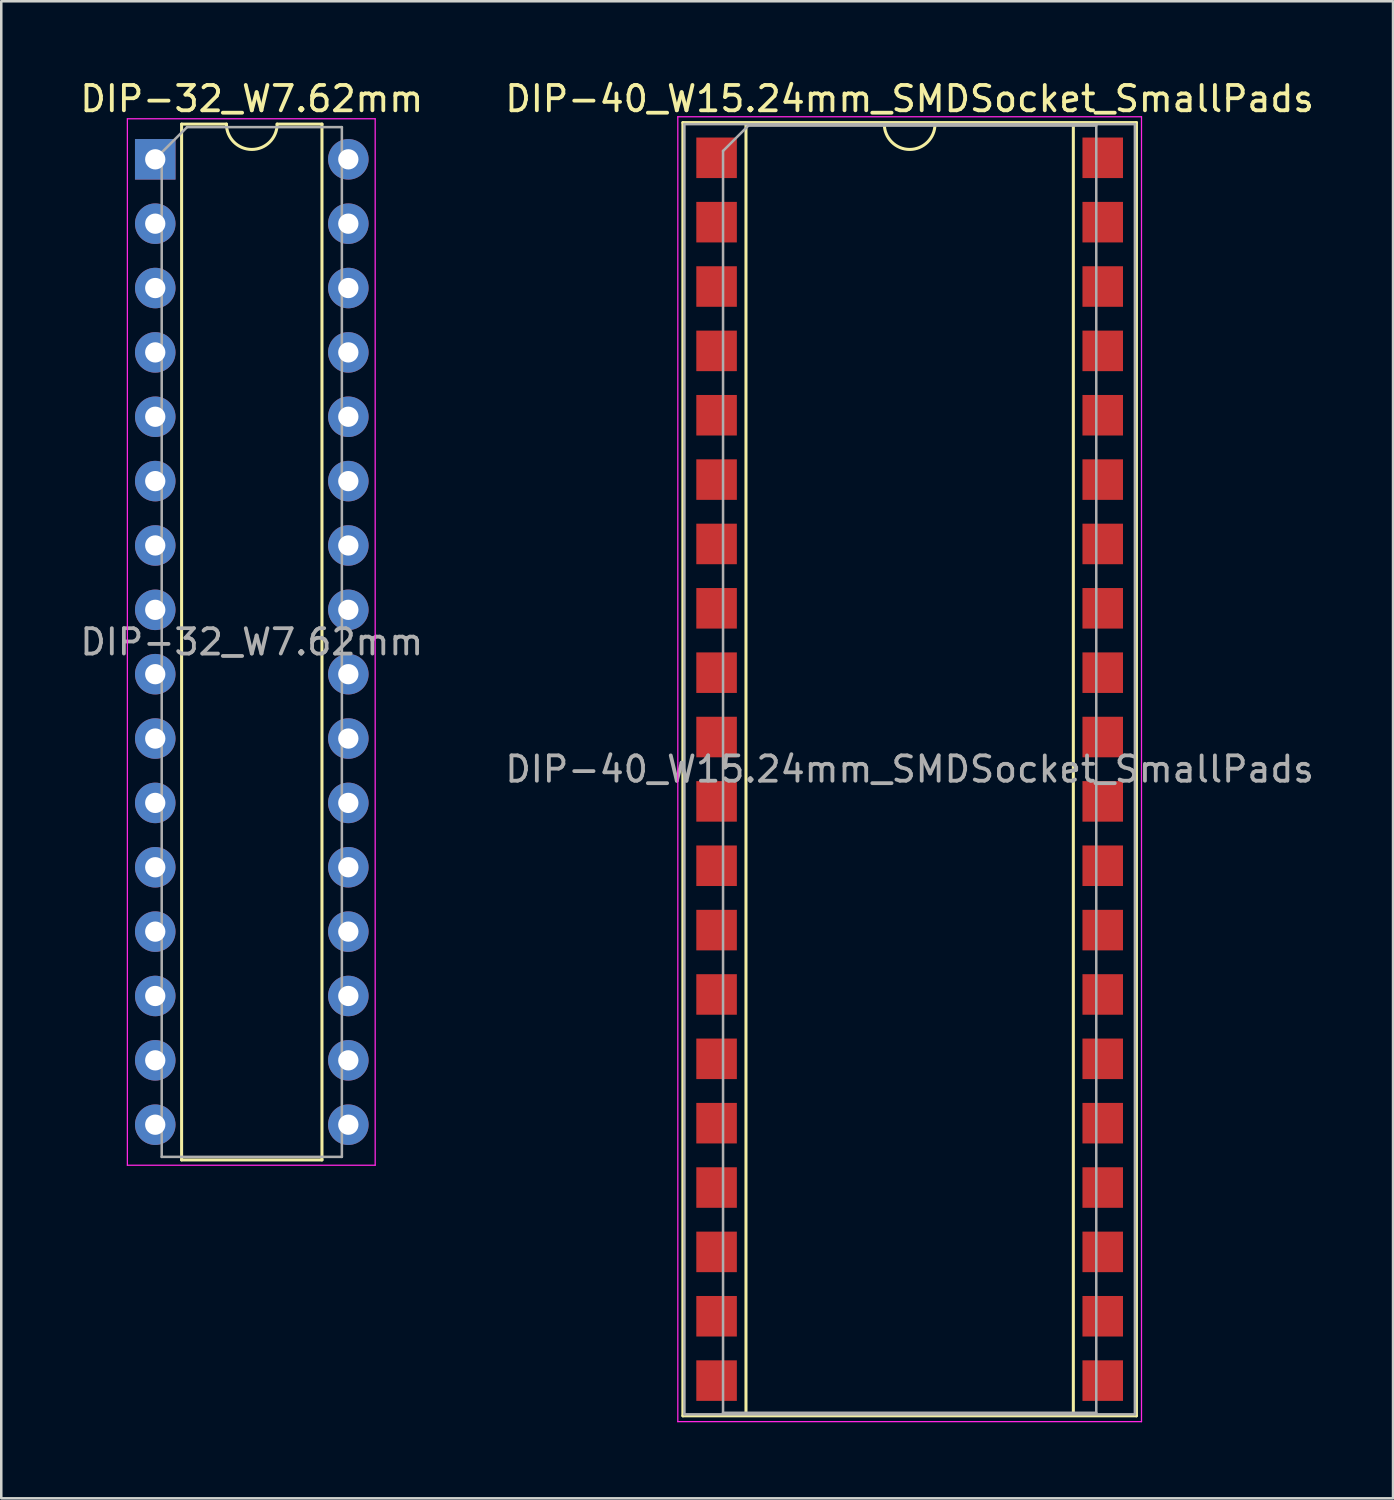
<source format=kicad_pcb>
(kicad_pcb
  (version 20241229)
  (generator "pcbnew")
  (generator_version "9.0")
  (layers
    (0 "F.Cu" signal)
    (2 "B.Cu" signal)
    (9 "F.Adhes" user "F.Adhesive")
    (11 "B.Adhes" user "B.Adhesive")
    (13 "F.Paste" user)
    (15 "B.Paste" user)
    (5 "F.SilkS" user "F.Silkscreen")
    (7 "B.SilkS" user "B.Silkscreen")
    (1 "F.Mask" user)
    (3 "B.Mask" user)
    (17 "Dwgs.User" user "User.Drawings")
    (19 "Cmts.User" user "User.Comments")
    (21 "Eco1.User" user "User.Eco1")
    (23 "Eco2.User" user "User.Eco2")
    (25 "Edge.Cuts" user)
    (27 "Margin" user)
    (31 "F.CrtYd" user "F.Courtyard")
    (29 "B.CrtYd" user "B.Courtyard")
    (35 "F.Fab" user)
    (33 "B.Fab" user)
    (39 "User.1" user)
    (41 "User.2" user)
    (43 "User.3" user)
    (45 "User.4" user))
  (footprint "DIP-40_W15.24mm_SMDSocket_SmallPads"
    (layer "F.Cu")
    (at 32.851 27.308)
    (property "Reference" "DIP-40_W15.24mm_SMDSocket_SmallPads" (at 0 -26.46 0) (layer "F.SilkS") (effects (font (size 1 1) (thickness 0.15))))
    (attr smd)
    (fp_line (start -8.95 -25.52) (end -8.95 25.52) (stroke (width 0.12) (type solid)) (layer "F.SilkS"))
    (fp_line (start -8.95 25.52) (end 8.95 25.52) (stroke (width 0.12) (type solid)) (layer "F.SilkS"))
    (fp_line (start -6.46 -25.46) (end -6.46 25.46) (stroke (width 0.12) (type solid)) (layer "F.SilkS"))
    (fp_line (start -6.46 25.46) (end 6.46 25.46) (stroke (width 0.12) (type solid)) (layer "F.SilkS"))
    (fp_line (start -1 -25.46) (end -6.46 -25.46) (stroke (width 0.12) (type solid)) (layer "F.SilkS"))
    (fp_line (start 6.46 -25.46) (end 1 -25.46) (stroke (width 0.12) (type solid)) (layer "F.SilkS"))
    (fp_line (start 6.46 25.46) (end 6.46 -25.46) (stroke (width 0.12) (type solid)) (layer "F.SilkS"))
    (fp_line (start 8.95 -25.52) (end -8.95 -25.52) (stroke (width 0.12) (type solid)) (layer "F.SilkS"))
    (fp_line (start 8.95 25.52) (end 8.95 -25.52) (stroke (width 0.12) (type solid)) (layer "F.SilkS"))
    (fp_arc (start 1 -25.46) (mid 0 -24.46) (end -1 -25.46) (stroke (width 0.12) (type solid)) (layer "F.SilkS"))
    (fp_line (start -9.15 -25.75) (end -9.15 25.75) (stroke (width 0.05) (type solid)) (layer "F.CrtYd"))
    (fp_line (start -9.15 25.75) (end 9.15 25.75) (stroke (width 0.05) (type solid)) (layer "F.CrtYd"))
    (fp_line (start 9.15 -25.75) (end -9.15 -25.75) (stroke (width 0.05) (type solid)) (layer "F.CrtYd"))
    (fp_line (start 9.15 25.75) (end 9.15 -25.75) (stroke (width 0.05) (type solid)) (layer "F.CrtYd"))
    (fp_line (start -8.89 -25.46) (end -8.89 25.46) (stroke (width 0.1) (type solid)) (layer "F.Fab"))
    (fp_line (start -8.89 25.46) (end 8.89 25.46) (stroke (width 0.1) (type solid)) (layer "F.Fab"))
    (fp_line (start -7.365 -24.4) (end -6.365 -25.4) (stroke (width 0.1) (type solid)) (layer "F.Fab"))
    (fp_line (start -7.365 25.4) (end -7.365 -24.4) (stroke (width 0.1) (type solid)) (layer "F.Fab"))
    (fp_line (start -6.365 -25.4) (end 7.365 -25.4) (stroke (width 0.1) (type solid)) (layer "F.Fab"))
    (fp_line (start 7.365 -25.4) (end 7.365 25.4) (stroke (width 0.1) (type solid)) (layer "F.Fab"))
    (fp_line (start 7.365 25.4) (end -7.365 25.4) (stroke (width 0.1) (type solid)) (layer "F.Fab"))
    (fp_line (start 8.89 -25.46) (end -8.89 -25.46) (stroke (width 0.1) (type solid)) (layer "F.Fab"))
    (fp_line (start 8.89 25.46) (end 8.89 -25.46) (stroke (width 0.1) (type solid)) (layer "F.Fab"))
    (fp_text user "${REFERENCE}" (at 0 0 0) (layer "F.Fab") (effects (font (size 1 1) (thickness 0.15))))
    (pad "1" smd rect (at -7.62 -24.13) (size 1.6 1.6) (layers "F.Cu" "F.Mask" "F.Paste"))
    (pad "2" smd rect (at -7.62 -21.59) (size 1.6 1.6) (layers "F.Cu" "F.Mask" "F.Paste"))
    (pad "3" smd rect (at -7.62 -19.05) (size 1.6 1.6) (layers "F.Cu" "F.Mask" "F.Paste"))
    (pad "4" smd rect (at -7.62 -16.51) (size 1.6 1.6) (layers "F.Cu" "F.Mask" "F.Paste"))
    (pad "5" smd rect (at -7.62 -13.97) (size 1.6 1.6) (layers "F.Cu" "F.Mask" "F.Paste"))
    (pad "6" smd rect (at -7.62 -11.43) (size 1.6 1.6) (layers "F.Cu" "F.Mask" "F.Paste"))
    (pad "7" smd rect (at -7.62 -8.89) (size 1.6 1.6) (layers "F.Cu" "F.Mask" "F.Paste"))
    (pad "8" smd rect (at -7.62 -6.35) (size 1.6 1.6) (layers "F.Cu" "F.Mask" "F.Paste"))
    (pad "9" smd rect (at -7.62 -3.81) (size 1.6 1.6) (layers "F.Cu" "F.Mask" "F.Paste"))
    (pad "10" smd rect (at -7.62 -1.27) (size 1.6 1.6) (layers "F.Cu" "F.Mask" "F.Paste"))
    (pad "11" smd rect (at -7.62 1.27) (size 1.6 1.6) (layers "F.Cu" "F.Mask" "F.Paste"))
    (pad "12" smd rect (at -7.62 3.81) (size 1.6 1.6) (layers "F.Cu" "F.Mask" "F.Paste"))
    (pad "13" smd rect (at -7.62 6.35) (size 1.6 1.6) (layers "F.Cu" "F.Mask" "F.Paste"))
    (pad "14" smd rect (at -7.62 8.89) (size 1.6 1.6) (layers "F.Cu" "F.Mask" "F.Paste"))
    (pad "15" smd rect (at -7.62 11.43) (size 1.6 1.6) (layers "F.Cu" "F.Mask" "F.Paste"))
    (pad "16" smd rect (at -7.62 13.97) (size 1.6 1.6) (layers "F.Cu" "F.Mask" "F.Paste"))
    (pad "17" smd rect (at -7.62 16.51) (size 1.6 1.6) (layers "F.Cu" "F.Mask" "F.Paste"))
    (pad "18" smd rect (at -7.62 19.05) (size 1.6 1.6) (layers "F.Cu" "F.Mask" "F.Paste"))
    (pad "19" smd rect (at -7.62 21.59) (size 1.6 1.6) (layers "F.Cu" "F.Mask" "F.Paste"))
    (pad "20" smd rect (at -7.62 24.13) (size 1.6 1.6) (layers "F.Cu" "F.Mask" "F.Paste"))
    (pad "21" smd rect (at 7.62 24.13) (size 1.6 1.6) (layers "F.Cu" "F.Mask" "F.Paste"))
    (pad "22" smd rect (at 7.62 21.59) (size 1.6 1.6) (layers "F.Cu" "F.Mask" "F.Paste"))
    (pad "23" smd rect (at 7.62 19.05) (size 1.6 1.6) (layers "F.Cu" "F.Mask" "F.Paste"))
    (pad "24" smd rect (at 7.62 16.51) (size 1.6 1.6) (layers "F.Cu" "F.Mask" "F.Paste"))
    (pad "25" smd rect (at 7.62 13.97) (size 1.6 1.6) (layers "F.Cu" "F.Mask" "F.Paste"))
    (pad "26" smd rect (at 7.62 11.43) (size 1.6 1.6) (layers "F.Cu" "F.Mask" "F.Paste"))
    (pad "27" smd rect (at 7.62 8.89) (size 1.6 1.6) (layers "F.Cu" "F.Mask" "F.Paste"))
    (pad "28" smd rect (at 7.62 6.35) (size 1.6 1.6) (layers "F.Cu" "F.Mask" "F.Paste"))
    (pad "29" smd rect (at 7.62 3.81) (size 1.6 1.6) (layers "F.Cu" "F.Mask" "F.Paste"))
    (pad "30" smd rect (at 7.62 1.27) (size 1.6 1.6) (layers "F.Cu" "F.Mask" "F.Paste"))
    (pad "31" smd rect (at 7.62 -1.27) (size 1.6 1.6) (layers "F.Cu" "F.Mask" "F.Paste"))
    (pad "32" smd rect (at 7.62 -3.81) (size 1.6 1.6) (layers "F.Cu" "F.Mask" "F.Paste"))
    (pad "33" smd rect (at 7.62 -6.35) (size 1.6 1.6) (layers "F.Cu" "F.Mask" "F.Paste"))
    (pad "34" smd rect (at 7.62 -8.89) (size 1.6 1.6) (layers "F.Cu" "F.Mask" "F.Paste"))
    (pad "35" smd rect (at 7.62 -11.43) (size 1.6 1.6) (layers "F.Cu" "F.Mask" "F.Paste"))
    (pad "36" smd rect (at 7.62 -13.97) (size 1.6 1.6) (layers "F.Cu" "F.Mask" "F.Paste"))
    (pad "37" smd rect (at 7.62 -16.51) (size 1.6 1.6) (layers "F.Cu" "F.Mask" "F.Paste"))
    (pad "38" smd rect (at 7.62 -19.05) (size 1.6 1.6) (layers "F.Cu" "F.Mask" "F.Paste"))
    (pad "39" smd rect (at 7.62 -21.59) (size 1.6 1.6) (layers "F.Cu" "F.Mask" "F.Paste"))
    (pad "40" smd rect (at 7.62 -24.13) (size 1.6 1.6) (layers "F.Cu" "F.Mask" "F.Paste")))
  (footprint "DIP-32_W7.62mm"
    (layer "F.Cu")
    (at 3.077 3.238)
    (property "Reference" "DIP-32_W7.62mm" (at 3.81 -2.39 0) (layer "F.SilkS") (effects (font (size 1 1) (thickness 0.15))))
    (attr through_hole)
    (fp_line (start 1.04 -1.39) (end 1.04 39.49) (stroke (width 0.12) (type solid)) (layer "F.SilkS"))
    (fp_line (start 1.04 39.49) (end 6.58 39.49) (stroke (width 0.12) (type solid)) (layer "F.SilkS"))
    (fp_line (start 2.81 -1.39) (end 1.04 -1.39) (stroke (width 0.12) (type solid)) (layer "F.SilkS"))
    (fp_line (start 6.58 -1.39) (end 4.81 -1.39) (stroke (width 0.12) (type solid)) (layer "F.SilkS"))
    (fp_line (start 6.58 39.49) (end 6.58 -1.39) (stroke (width 0.12) (type solid)) (layer "F.SilkS"))
    (fp_arc (start 4.81 -1.39) (mid 3.81 -0.39) (end 2.81 -1.39) (stroke (width 0.12) (type solid)) (layer "F.SilkS"))
    (fp_line (start -1.1 -1.6) (end -1.1 39.7) (stroke (width 0.05) (type solid)) (layer "F.CrtYd"))
    (fp_line (start -1.1 39.7) (end 8.68 39.7) (stroke (width 0.05) (type solid)) (layer "F.CrtYd"))
    (fp_line (start 8.68 -1.6) (end -1.1 -1.6) (stroke (width 0.05) (type solid)) (layer "F.CrtYd"))
    (fp_line (start 8.68 39.7) (end 8.68 -1.6) (stroke (width 0.05) (type solid)) (layer "F.CrtYd"))
    (fp_line (start 0.255 -0.27) (end 1.255 -1.27) (stroke (width 0.1) (type solid)) (layer "F.Fab"))
    (fp_line (start 0.255 39.37) (end 0.255 -0.27) (stroke (width 0.1) (type solid)) (layer "F.Fab"))
    (fp_line (start 1.255 -1.27) (end 7.365 -1.27) (stroke (width 0.1) (type solid)) (layer "F.Fab"))
    (fp_line (start 7.365 -1.27) (end 7.365 39.37) (stroke (width 0.1) (type solid)) (layer "F.Fab"))
    (fp_line (start 7.365 39.37) (end 0.255 39.37) (stroke (width 0.1) (type solid)) (layer "F.Fab"))
    (fp_text user "${REFERENCE}" (at 3.81 19.05 0) (layer "F.Fab") (effects (font (size 1 1) (thickness 0.15))))
    (pad "1" thru_hole rect (at 0 0) (size 1.6 1.6) (drill 0.8) (layers "*.Cu" "*.Mask"))
    (pad "2" thru_hole oval (at 0 2.54) (size 1.6 1.6) (drill 0.8) (layers "*.Cu" "*.Mask"))
    (pad "3" thru_hole oval (at 0 5.08) (size 1.6 1.6) (drill 0.8) (layers "*.Cu" "*.Mask"))
    (pad "4" thru_hole oval (at 0 7.62) (size 1.6 1.6) (drill 0.8) (layers "*.Cu" "*.Mask"))
    (pad "5" thru_hole oval (at 0 10.16) (size 1.6 1.6) (drill 0.8) (layers "*.Cu" "*.Mask"))
    (pad "6" thru_hole oval (at 0 12.7) (size 1.6 1.6) (drill 0.8) (layers "*.Cu" "*.Mask"))
    (pad "7" thru_hole oval (at 0 15.24) (size 1.6 1.6) (drill 0.8) (layers "*.Cu" "*.Mask"))
    (pad "8" thru_hole oval (at 0 17.78) (size 1.6 1.6) (drill 0.8) (layers "*.Cu" "*.Mask"))
    (pad "9" thru_hole oval (at 0 20.32) (size 1.6 1.6) (drill 0.8) (layers "*.Cu" "*.Mask"))
    (pad "10" thru_hole oval (at 0 22.86) (size 1.6 1.6) (drill 0.8) (layers "*.Cu" "*.Mask"))
    (pad "11" thru_hole oval (at 0 25.4) (size 1.6 1.6) (drill 0.8) (layers "*.Cu" "*.Mask"))
    (pad "12" thru_hole oval (at 0 27.94) (size 1.6 1.6) (drill 0.8) (layers "*.Cu" "*.Mask"))
    (pad "13" thru_hole oval (at 0 30.48) (size 1.6 1.6) (drill 0.8) (layers "*.Cu" "*.Mask"))
    (pad "14" thru_hole oval (at 0 33.02) (size 1.6 1.6) (drill 0.8) (layers "*.Cu" "*.Mask"))
    (pad "15" thru_hole oval (at 0 35.56) (size 1.6 1.6) (drill 0.8) (layers "*.Cu" "*.Mask"))
    (pad "16" thru_hole oval (at 0 38.1) (size 1.6 1.6) (drill 0.8) (layers "*.Cu" "*.Mask"))
    (pad "17" thru_hole oval (at 7.62 38.1) (size 1.6 1.6) (drill 0.8) (layers "*.Cu" "*.Mask"))
    (pad "18" thru_hole oval (at 7.62 35.56) (size 1.6 1.6) (drill 0.8) (layers "*.Cu" "*.Mask"))
    (pad "19" thru_hole oval (at 7.62 33.02) (size 1.6 1.6) (drill 0.8) (layers "*.Cu" "*.Mask"))
    (pad "20" thru_hole oval (at 7.62 30.48) (size 1.6 1.6) (drill 0.8) (layers "*.Cu" "*.Mask"))
    (pad "21" thru_hole oval (at 7.62 27.94) (size 1.6 1.6) (drill 0.8) (layers "*.Cu" "*.Mask"))
    (pad "22" thru_hole oval (at 7.62 25.4) (size 1.6 1.6) (drill 0.8) (layers "*.Cu" "*.Mask"))
    (pad "23" thru_hole oval (at 7.62 22.86) (size 1.6 1.6) (drill 0.8) (layers "*.Cu" "*.Mask"))
    (pad "24" thru_hole oval (at 7.62 20.32) (size 1.6 1.6) (drill 0.8) (layers "*.Cu" "*.Mask"))
    (pad "25" thru_hole oval (at 7.62 17.78) (size 1.6 1.6) (drill 0.8) (layers "*.Cu" "*.Mask"))
    (pad "26" thru_hole oval (at 7.62 15.24) (size 1.6 1.6) (drill 0.8) (layers "*.Cu" "*.Mask"))
    (pad "27" thru_hole oval (at 7.62 12.7) (size 1.6 1.6) (drill 0.8) (layers "*.Cu" "*.Mask"))
    (pad "28" thru_hole oval (at 7.62 10.16) (size 1.6 1.6) (drill 0.8) (layers "*.Cu" "*.Mask"))
    (pad "29" thru_hole oval (at 7.62 7.62) (size 1.6 1.6) (drill 0.8) (layers "*.Cu" "*.Mask"))
    (pad "30" thru_hole oval (at 7.62 5.08) (size 1.6 1.6) (drill 0.8) (layers "*.Cu" "*.Mask"))
    (pad "31" thru_hole oval (at 7.62 2.54) (size 1.6 1.6) (drill 0.8) (layers "*.Cu" "*.Mask"))
    (pad "32" thru_hole oval (at 7.62 0) (size 1.6 1.6) (drill 0.8) (layers "*.Cu" "*.Mask")))
  (gr_rect
    (start -3 -3)
    (end 51.929 56.083)
    (stroke (width 0.1) (type default))
    (fill no)
    (layer "Edge.Cuts")))
</source>
